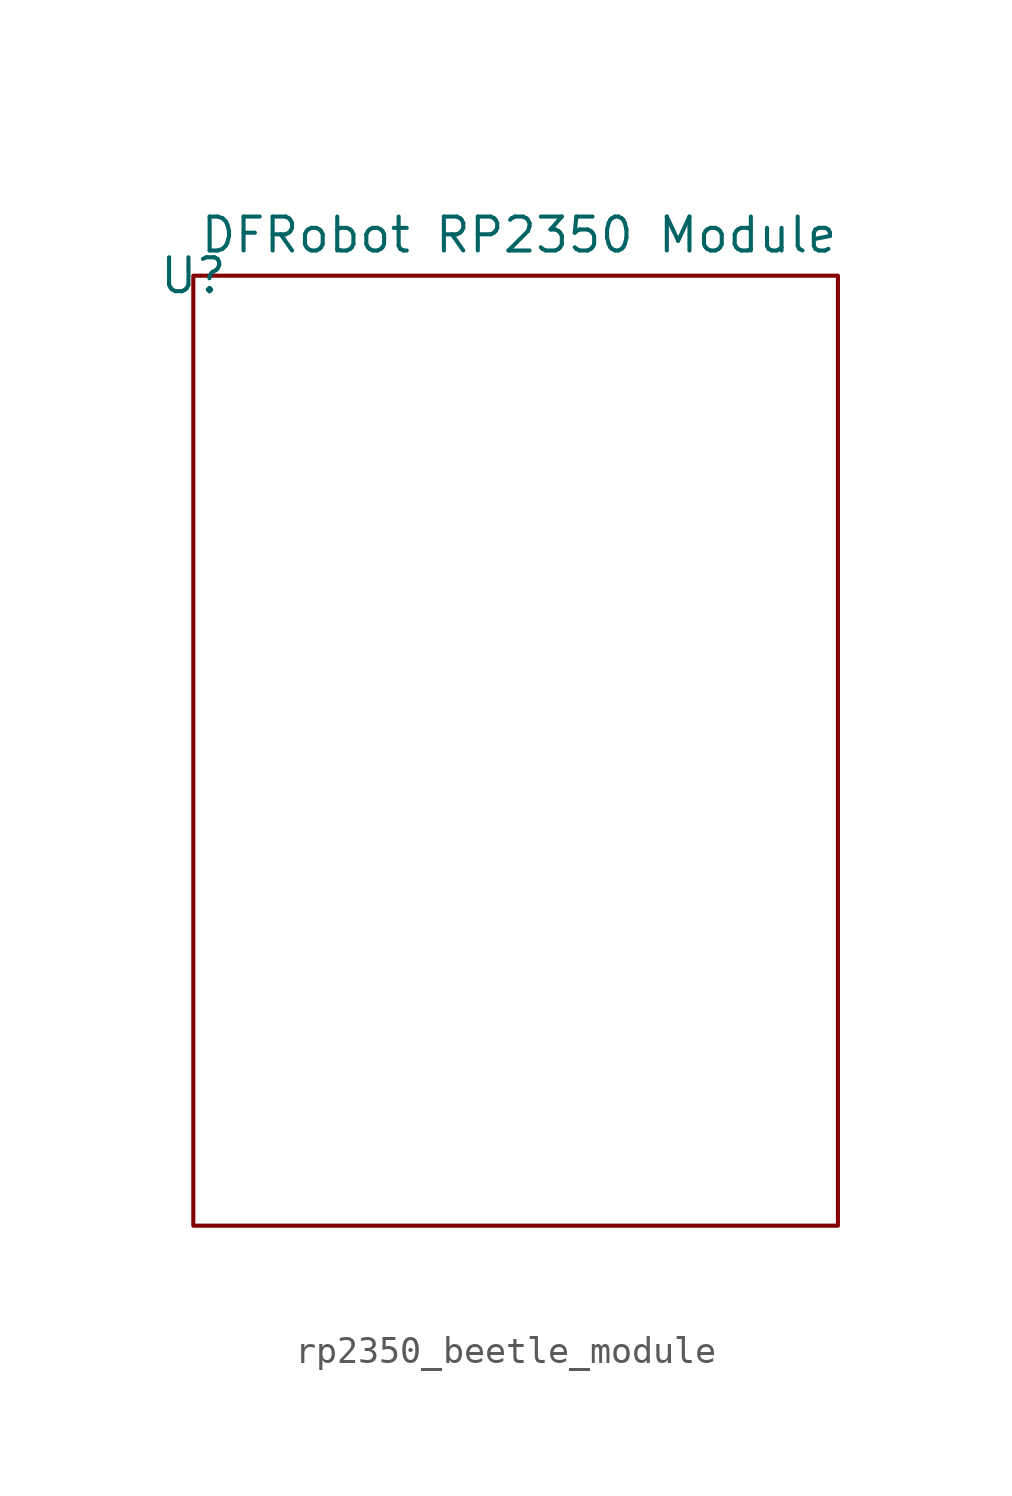
<source format=kicad_sym>
(kicad_symbol_lib
  (version 20241209)
  (generator "kicad_symbol_editor")
  (generator_version "9.0")
  (symbol "rp2350_beetle_module"
    (property "Reference" "U"
      (at 0 0 0)
      (effects (font (size 1.27 1.27))))
    (property "Value" "DFRobot RP2350 Module"
      (at 12.192 1.524 0)
      (effects (font (size 1.27 1.27))))
    (symbol "rp2350_beetle_module_0_1"
      (rectangle (start 0 0) (end 24.13 -35.56) (stroke (width 0) (type default)) (fill (type none))))))
</source>
